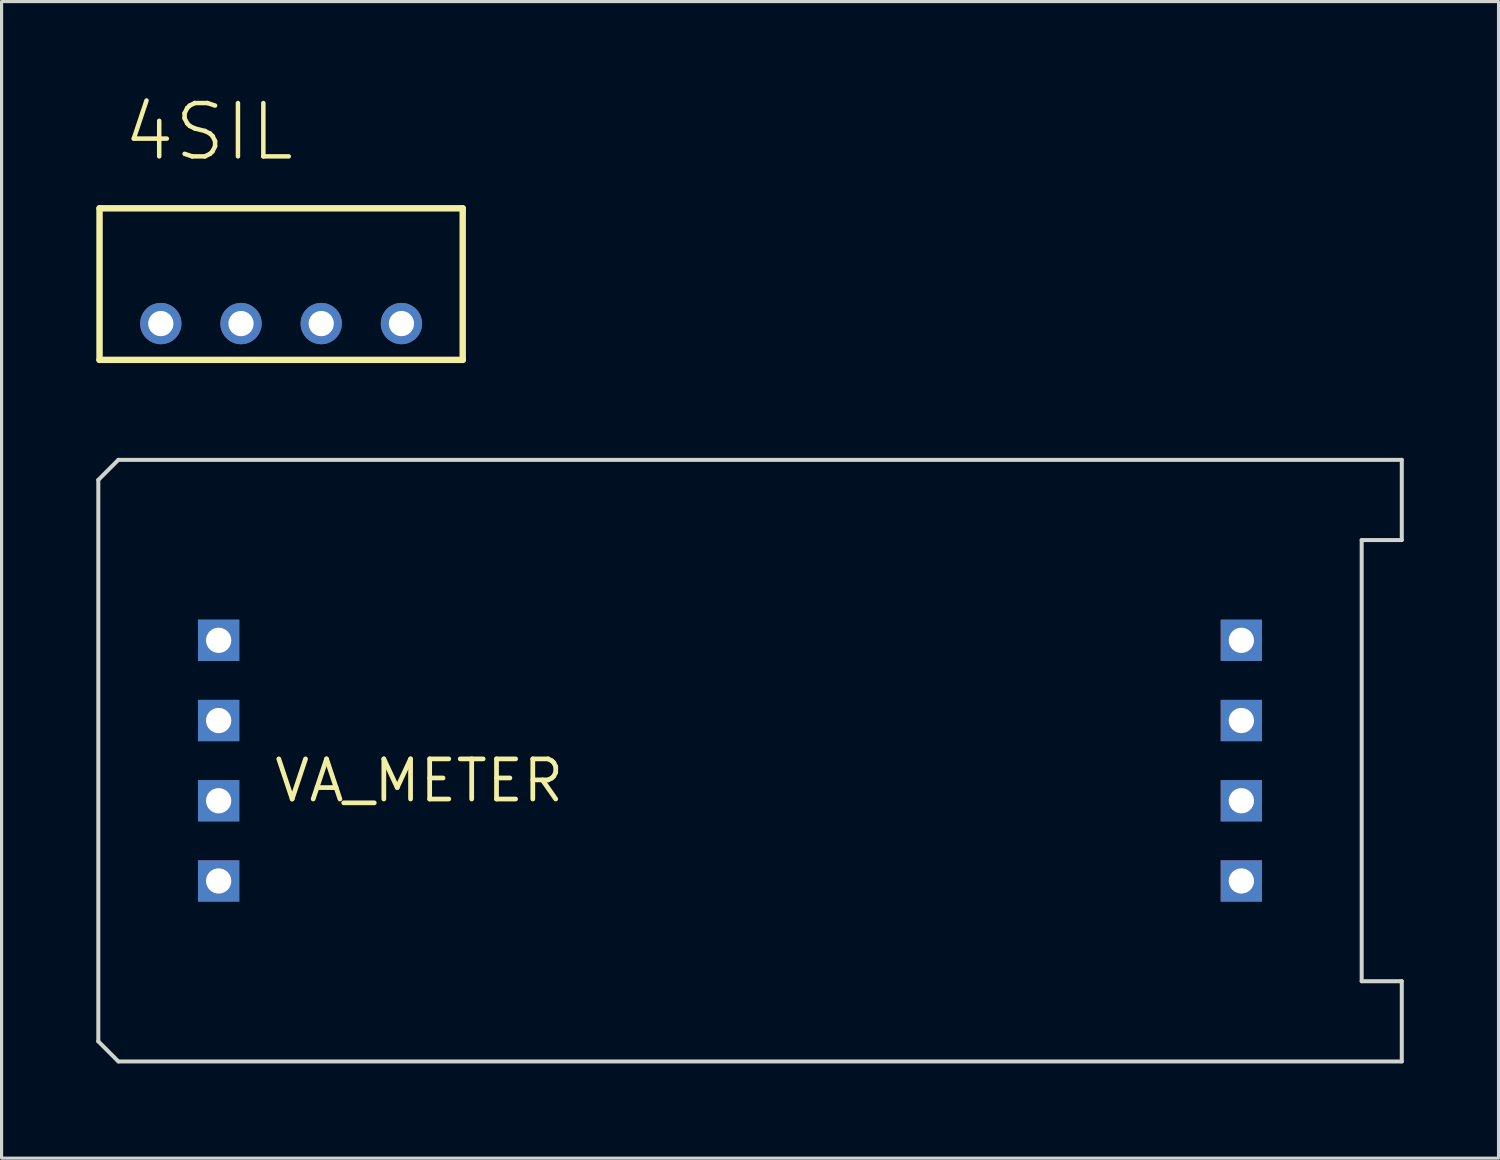
<source format=kicad_pcb>
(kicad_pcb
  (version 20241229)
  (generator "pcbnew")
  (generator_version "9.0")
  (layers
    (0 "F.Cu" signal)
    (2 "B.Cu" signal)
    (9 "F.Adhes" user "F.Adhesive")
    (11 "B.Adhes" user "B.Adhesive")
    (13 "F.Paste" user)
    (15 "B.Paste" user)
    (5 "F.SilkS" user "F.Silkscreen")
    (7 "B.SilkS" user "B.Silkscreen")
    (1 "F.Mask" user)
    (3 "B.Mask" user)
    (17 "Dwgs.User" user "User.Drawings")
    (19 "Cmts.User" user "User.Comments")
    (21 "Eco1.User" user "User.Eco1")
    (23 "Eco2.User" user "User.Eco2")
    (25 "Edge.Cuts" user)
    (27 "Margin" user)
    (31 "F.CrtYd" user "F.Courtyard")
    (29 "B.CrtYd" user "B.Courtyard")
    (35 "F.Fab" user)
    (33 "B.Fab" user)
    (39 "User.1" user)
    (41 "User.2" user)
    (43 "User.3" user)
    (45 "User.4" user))
  (footprint "VA_METER"
    (layer "F.Cu")
    (at 10.223 21.671)
    (property "Reference" "VA_METER" (at 0 0 0) (layer "F.SilkS") (effects (font (size 1.27 1.27) (thickness 0.15))))
    (attr through_hole)
    (fp_line (start -10.16 8.255) (end -10.16 -9.525) (stroke (width 0.127) (type solid)) (layer "Edge.Cuts"))
    (fp_line (start -9.525 -10.16) (end -10.16 -9.525) (stroke (width 0.127) (type solid)) (layer "Edge.Cuts"))
    (fp_line (start -9.525 -10.16) (end 31.115 -10.16) (stroke (width 0.127) (type solid)) (layer "Edge.Cuts"))
    (fp_line (start -9.525 8.89) (end -10.16 8.255) (stroke (width 0.127) (type solid)) (layer "Edge.Cuts"))
    (fp_line (start 29.845 -7.62) (end 29.845 6.35) (stroke (width 0.127) (type solid)) (layer "Edge.Cuts"))
    (fp_line (start 29.845 6.35) (end 31.115 6.35) (stroke (width 0.127) (type solid)) (layer "Edge.Cuts"))
    (fp_line (start 31.115 -10.16) (end 31.115 -7.62) (stroke (width 0.127) (type solid)) (layer "Edge.Cuts"))
    (fp_line (start 31.115 -7.62) (end 29.845 -7.62) (stroke (width 0.127) (type solid)) (layer "Edge.Cuts"))
    (fp_line (start 31.115 6.35) (end 31.115 8.89) (stroke (width 0.127) (type solid)) (layer "Edge.Cuts"))
    (fp_line (start 31.115 8.89) (end -9.525 8.89) (stroke (width 0.127) (type solid)) (layer "Edge.Cuts"))
    (pad "GNDIN" thru_hole rect (at -6.35 -4.445) (size 1.308 1.308) (drill 0.8) (layers "*.Cu" "*.Mask"))
    (pad "GNDOUT" thru_hole rect (at 26.035 -4.445) (size 1.308 1.308) (drill 0.8) (layers "*.Cu" "*.Mask"))
    (pad "NC1" thru_hole rect (at -6.35 -1.905) (size 1.308 1.308) (drill 0.8) (layers "*.Cu" "*.Mask"))
    (pad "NC2" thru_hole rect (at -6.35 0.635) (size 1.308 1.308) (drill 0.8) (layers "*.Cu" "*.Mask"))
    (pad "NC3" thru_hole rect (at 26.035 0.635) (size 1.308 1.308) (drill 0.8) (layers "*.Cu" "*.Mask"))
    (pad "NC4" thru_hole rect (at 26.035 -1.905) (size 1.308 1.308) (drill 0.8) (layers "*.Cu" "*.Mask"))
    (pad "VIN" thru_hole rect (at -6.35 3.175) (size 1.308 1.308) (drill 0.8) (layers "*.Cu" "*.Mask"))
    (pad "VOUT" thru_hole rect (at 26.035 3.175) (size 1.308 1.308) (drill 0.8) (layers "*.Cu" "*.Mask")))
  (footprint "4SIL"
    (layer "F.Cu")
    (at 5.852 7.196)
    (property "Reference" "4SIL" (at -5.08 -5.08 0) (layer "F.SilkS") (effects (font (size 1.689 1.689) (thickness 0.142)) (justify left bottom)))
    (attr through_hole)
    (fp_line (start -5.75 -3.65) (end 5.75 -3.65) (stroke (width 0.203) (type solid)) (layer "F.SilkS"))
    (fp_line (start -5.75 1.15) (end -5.75 -3.65) (stroke (width 0.203) (type solid)) (layer "F.SilkS"))
    (fp_line (start 5.75 -3.65) (end 5.75 1.15) (stroke (width 0.203) (type solid)) (layer "F.SilkS"))
    (fp_line (start 5.75 1.15) (end -5.75 1.15) (stroke (width 0.203) (type solid)) (layer "F.SilkS"))
    (pad "1" thru_hole circle (at -3.81 0) (size 1.308 1.308) (drill 0.8) (layers "*.Cu" "*.Mask"))
    (pad "2" thru_hole circle (at -1.27 0) (size 1.308 1.308) (drill 0.8) (layers "*.Cu" "*.Mask"))
    (pad "3" thru_hole circle (at 1.27 0) (size 1.308 1.308) (drill 0.8) (layers "*.Cu" "*.Mask"))
    (pad "4" thru_hole circle (at 3.81 0) (size 1.308 1.308) (drill 0.8) (layers "*.Cu" "*.Mask")))
  (gr_rect
    (start -3 -3)
    (end 44.402 33.624)
    (stroke (width 0.1) (type default))
    (fill no)
    (layer "Edge.Cuts")))
</source>
